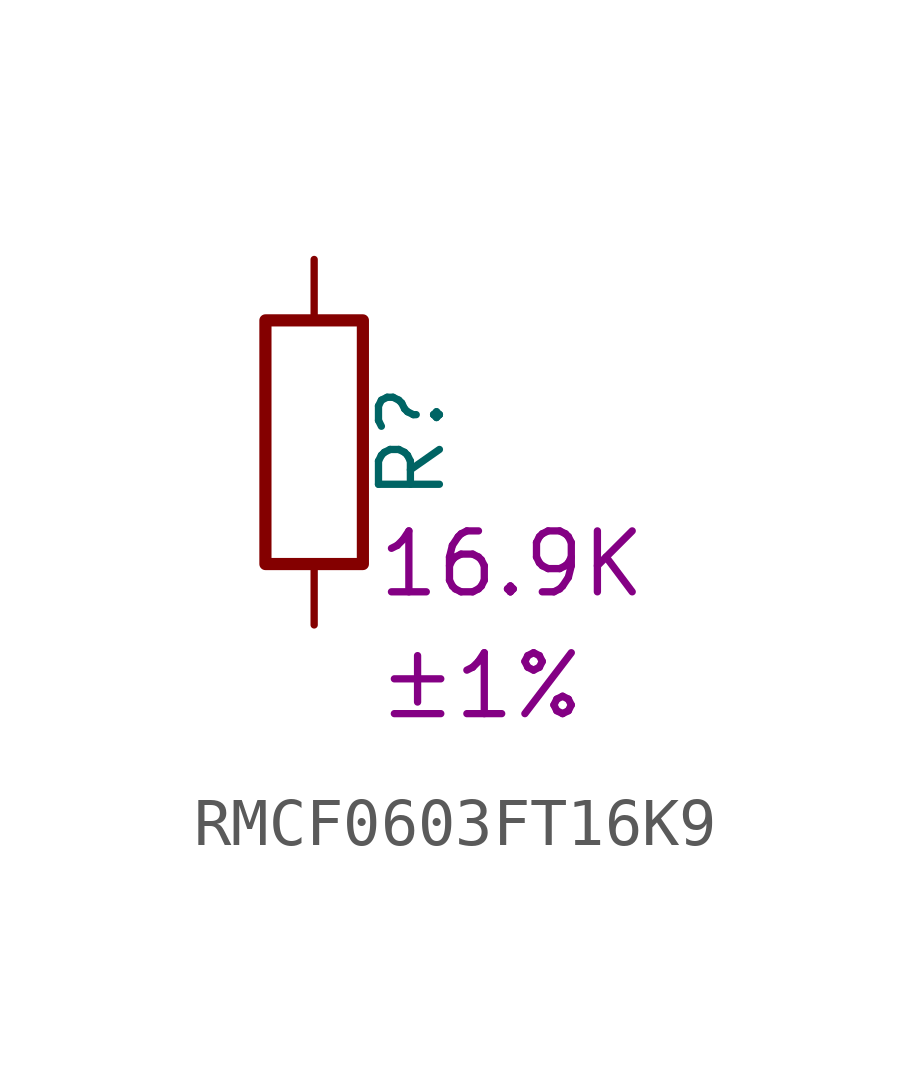
<source format=kicad_sym>
(kicad_symbol_lib
  (version 20220914)
  (generator kicad_symbol_editor)
  (symbol "RMCF0603FT16K9"
    (pin_numbers hide)
    (pin_names
      (offset 0))
    (property "Reference" "R"
      (at 2.032 0 90)
      (effects (font (size 1.27 1.27))))
    (property "Resistance" "16.9K"
      (at 1.27 -2.54 0)
      (effects (font (size 1.27 1.27)) (justify left)))
    (property "Tolerance" "±1%"
      (at 1.27 -5.08 0)
      (effects (font (size 1.27 1.27)) (justify left)))
    (symbol "RMCF0603FT16K9_0_1"
      (rectangle (start -1.016 -2.54) (end 1.016 2.54) (stroke (width 0.254) (type default)) (fill (type none))))
    (symbol "RMCF0603FT16K9_1_1"
      (pin passive line (at 0 3.81 270) (length 1.27) (name "~" (effects (font (size 1.27 1.27)))) (number "1" (effects (font (size 1.27 1.27)))))
      (pin passive line (at 0 -3.81 90) (length 1.27) (name "~" (effects (font (size 1.27 1.27)))) (number "2" (effects (font (size 1.27 1.27))))))))
</source>
